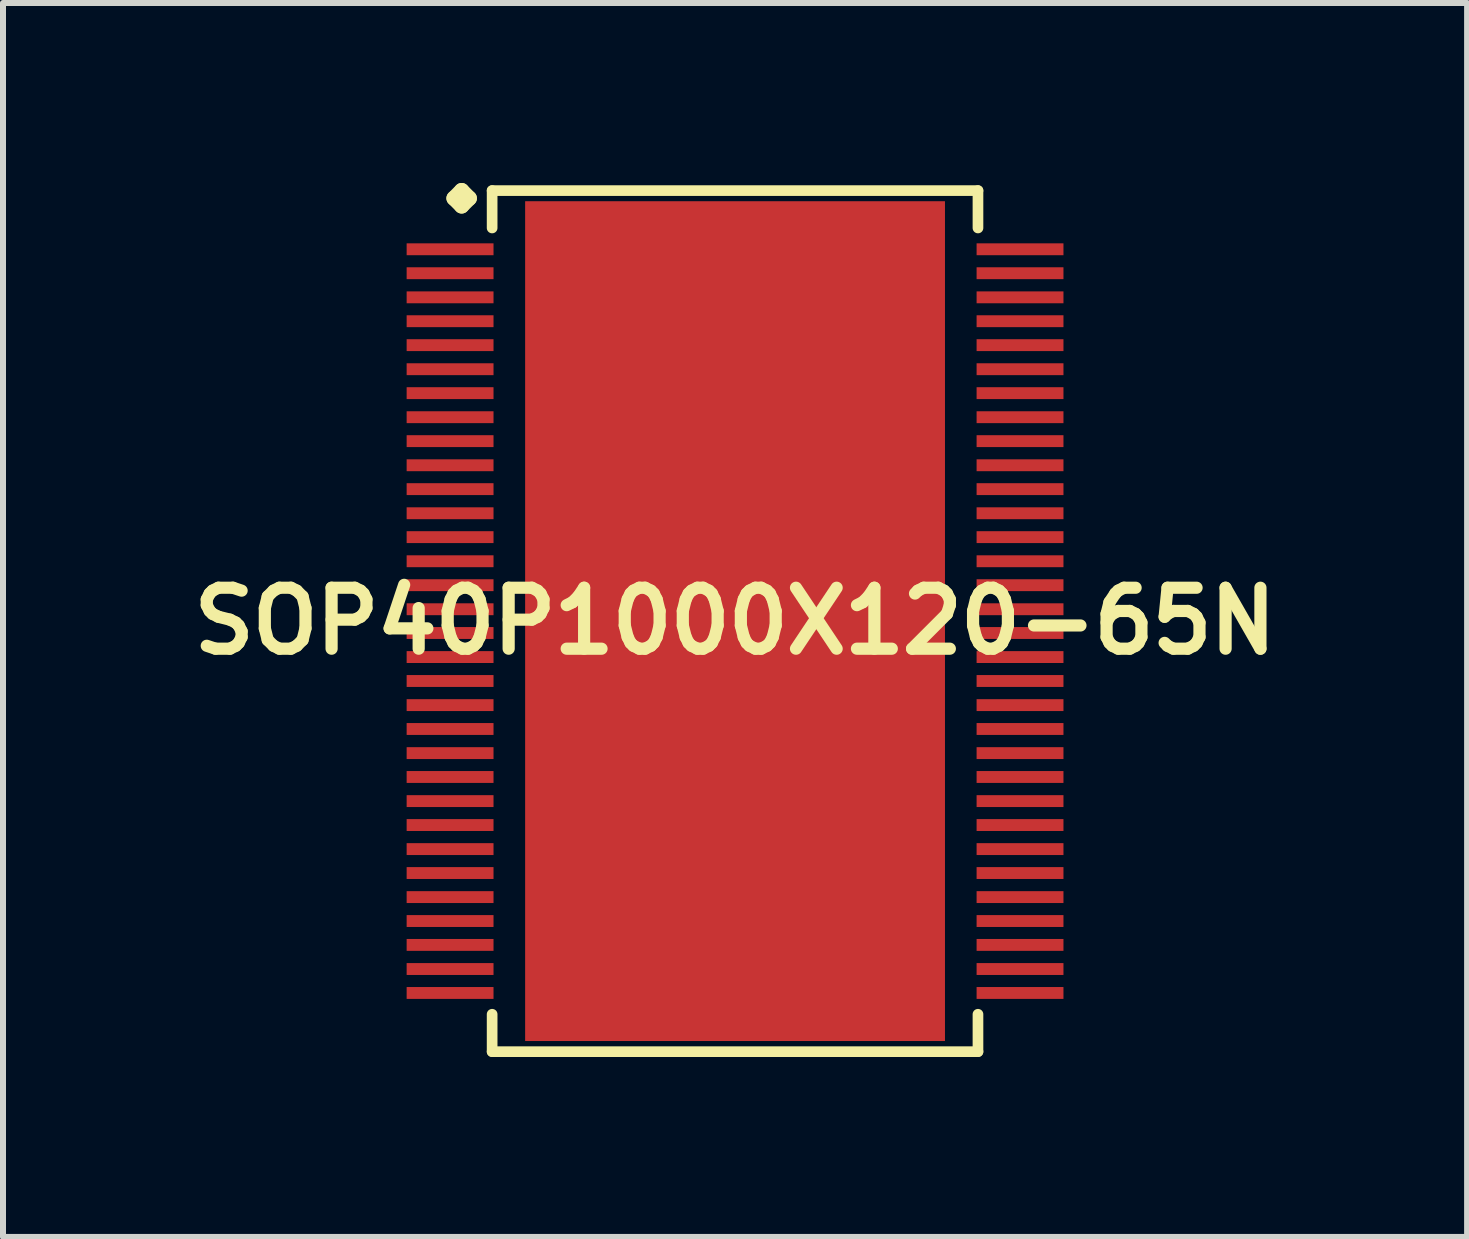
<source format=kicad_pcb>
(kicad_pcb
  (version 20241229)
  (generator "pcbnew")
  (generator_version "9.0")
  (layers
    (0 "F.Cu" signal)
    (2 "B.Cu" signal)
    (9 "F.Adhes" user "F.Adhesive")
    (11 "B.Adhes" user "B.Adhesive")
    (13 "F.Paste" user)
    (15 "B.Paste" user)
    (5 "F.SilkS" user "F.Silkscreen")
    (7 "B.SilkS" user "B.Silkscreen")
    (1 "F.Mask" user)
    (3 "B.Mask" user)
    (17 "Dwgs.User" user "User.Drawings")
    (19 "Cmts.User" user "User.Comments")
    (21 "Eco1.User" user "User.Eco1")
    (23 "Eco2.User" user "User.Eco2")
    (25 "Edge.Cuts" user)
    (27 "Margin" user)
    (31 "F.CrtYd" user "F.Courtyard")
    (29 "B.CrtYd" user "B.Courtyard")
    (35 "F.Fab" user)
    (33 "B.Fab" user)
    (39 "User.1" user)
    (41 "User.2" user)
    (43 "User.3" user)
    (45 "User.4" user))
  (footprint "SOP40P1000X120-65N"
    (layer "F.Cu")
    (at 9.202 7.303)
    (property "Reference" "SOP40P1000X120-65N" (at 0 0 0) (layer "F.SilkS") (effects (font (size 1.016 1.016) (thickness 0.203))))
    (attr smd)
    (fp_line (start -4.684 -7.048) (end -4.557 -7.176) (stroke (width 0.254) (type solid)) (layer "F.SilkS"))
    (fp_line (start -4.557 -7.176) (end -4.43 -7.048) (stroke (width 0.254) (type solid)) (layer "F.SilkS"))
    (fp_line (start -4.557 -6.921) (end -4.684 -7.048) (stroke (width 0.254) (type solid)) (layer "F.SilkS"))
    (fp_line (start -4.43 -7.048) (end -4.557 -6.921) (stroke (width 0.254) (type solid)) (layer "F.SilkS"))
    (fp_line (start -4.049 -7.176) (end 4.049 -7.176) (stroke (width 0.178) (type solid)) (layer "F.SilkS"))
    (fp_line (start -4.049 -6.553) (end -4.049 -7.176) (stroke (width 0.178) (type solid)) (layer "F.SilkS"))
    (fp_line (start -4.049 6.553) (end -4.049 7.176) (stroke (width 0.178) (type solid)) (layer "F.SilkS"))
    (fp_line (start -4.049 7.176) (end 4.049 7.176) (stroke (width 0.178) (type solid)) (layer "F.SilkS"))
    (fp_line (start 4.049 -7.176) (end 4.049 -6.553) (stroke (width 0.178) (type solid)) (layer "F.SilkS"))
    (fp_line (start 4.049 7.176) (end 4.049 6.553) (stroke (width 0.178) (type solid)) (layer "F.SilkS"))
    (pad "1" smd rect (at -4.75 -6.198) (size 1.448 0.198) (layers "F.Cu" "F.Mask" "F.Paste"))
    (pad "2" smd rect (at -4.75 -5.799) (size 1.448 0.198) (layers "F.Cu" "F.Mask" "F.Paste"))
    (pad "3" smd rect (at -4.75 -5.397) (size 1.448 0.198) (layers "F.Cu" "F.Mask" "F.Paste"))
    (pad "4" smd rect (at -4.75 -4.999) (size 1.448 0.198) (layers "F.Cu" "F.Mask" "F.Paste"))
    (pad "5" smd rect (at -4.75 -4.6) (size 1.448 0.198) (layers "F.Cu" "F.Mask" "F.Paste"))
    (pad "6" smd rect (at -4.75 -4.199) (size 1.448 0.198) (layers "F.Cu" "F.Mask" "F.Paste"))
    (pad "7" smd rect (at -4.75 -3.8) (size 1.448 0.198) (layers "F.Cu" "F.Mask" "F.Paste"))
    (pad "8" smd rect (at -4.75 -3.399) (size 1.448 0.198) (layers "F.Cu" "F.Mask" "F.Paste"))
    (pad "9" smd rect (at -4.75 -3) (size 1.448 0.198) (layers "F.Cu" "F.Mask" "F.Paste"))
    (pad "10" smd rect (at -4.75 -2.598) (size 1.448 0.198) (layers "F.Cu" "F.Mask" "F.Paste"))
    (pad "11" smd rect (at -4.75 -2.2) (size 1.448 0.198) (layers "F.Cu" "F.Mask" "F.Paste"))
    (pad "12" smd rect (at -4.75 -1.798) (size 1.448 0.198) (layers "F.Cu" "F.Mask" "F.Paste"))
    (pad "13" smd rect (at -4.75 -1.4) (size 1.448 0.198) (layers "F.Cu" "F.Mask" "F.Paste"))
    (pad "14" smd rect (at -4.75 -0.998) (size 1.448 0.198) (layers "F.Cu" "F.Mask" "F.Paste"))
    (pad "15" smd rect (at -4.75 -0.599) (size 1.448 0.198) (layers "F.Cu" "F.Mask" "F.Paste"))
    (pad "16" smd rect (at -4.75 -0.198) (size 1.448 0.198) (layers "F.Cu" "F.Mask" "F.Paste"))
    (pad "17" smd rect (at -4.75 0.198) (size 1.448 0.198) (layers "F.Cu" "F.Mask" "F.Paste"))
    (pad "18" smd rect (at -4.75 0.599) (size 1.448 0.198) (layers "F.Cu" "F.Mask" "F.Paste"))
    (pad "19" smd rect (at -4.75 0.998) (size 1.448 0.198) (layers "F.Cu" "F.Mask" "F.Paste"))
    (pad "20" smd rect (at -4.75 1.4) (size 1.448 0.198) (layers "F.Cu" "F.Mask" "F.Paste"))
    (pad "21" smd rect (at -4.75 1.798) (size 1.448 0.198) (layers "F.Cu" "F.Mask" "F.Paste"))
    (pad "22" smd rect (at -4.75 2.2) (size 1.448 0.198) (layers "F.Cu" "F.Mask" "F.Paste"))
    (pad "23" smd rect (at -4.75 2.598) (size 1.448 0.198) (layers "F.Cu" "F.Mask" "F.Paste"))
    (pad "24" smd rect (at -4.75 3) (size 1.448 0.198) (layers "F.Cu" "F.Mask" "F.Paste"))
    (pad "25" smd rect (at -4.75 3.399) (size 1.448 0.198) (layers "F.Cu" "F.Mask" "F.Paste"))
    (pad "26" smd rect (at -4.75 3.8) (size 1.448 0.198) (layers "F.Cu" "F.Mask" "F.Paste"))
    (pad "27" smd rect (at -4.75 4.199) (size 1.448 0.198) (layers "F.Cu" "F.Mask" "F.Paste"))
    (pad "28" smd rect (at -4.75 4.6) (size 1.448 0.198) (layers "F.Cu" "F.Mask" "F.Paste"))
    (pad "29" smd rect (at -4.75 4.999) (size 1.448 0.198) (layers "F.Cu" "F.Mask" "F.Paste"))
    (pad "30" smd rect (at -4.75 5.397) (size 1.448 0.198) (layers "F.Cu" "F.Mask" "F.Paste"))
    (pad "31" smd rect (at -4.75 5.799) (size 1.448 0.198) (layers "F.Cu" "F.Mask" "F.Paste"))
    (pad "32" smd rect (at -4.75 6.198) (size 1.448 0.198) (layers "F.Cu" "F.Mask" "F.Paste"))
    (pad "33" smd rect (at 4.75 6.198) (size 1.448 0.198) (layers "F.Cu" "F.Mask" "F.Paste"))
    (pad "34" smd rect (at 4.75 5.799) (size 1.448 0.198) (layers "F.Cu" "F.Mask" "F.Paste"))
    (pad "35" smd rect (at 4.75 5.397) (size 1.448 0.198) (layers "F.Cu" "F.Mask" "F.Paste"))
    (pad "36" smd rect (at 4.75 4.999) (size 1.448 0.198) (layers "F.Cu" "F.Mask" "F.Paste"))
    (pad "37" smd rect (at 4.75 4.6) (size 1.448 0.198) (layers "F.Cu" "F.Mask" "F.Paste"))
    (pad "38" smd rect (at 4.75 4.199) (size 1.448 0.198) (layers "F.Cu" "F.Mask" "F.Paste"))
    (pad "39" smd rect (at 4.75 3.8) (size 1.448 0.198) (layers "F.Cu" "F.Mask" "F.Paste"))
    (pad "40" smd rect (at 4.75 3.399) (size 1.448 0.198) (layers "F.Cu" "F.Mask" "F.Paste"))
    (pad "41" smd rect (at 4.75 3) (size 1.448 0.198) (layers "F.Cu" "F.Mask" "F.Paste"))
    (pad "42" smd rect (at 4.75 2.598) (size 1.448 0.198) (layers "F.Cu" "F.Mask" "F.Paste"))
    (pad "43" smd rect (at 4.75 2.2) (size 1.448 0.198) (layers "F.Cu" "F.Mask" "F.Paste"))
    (pad "44" smd rect (at 4.75 1.798) (size 1.448 0.198) (layers "F.Cu" "F.Mask" "F.Paste"))
    (pad "45" smd rect (at 4.75 1.4) (size 1.448 0.198) (layers "F.Cu" "F.Mask" "F.Paste"))
    (pad "46" smd rect (at 4.75 0.998) (size 1.448 0.198) (layers "F.Cu" "F.Mask" "F.Paste"))
    (pad "47" smd rect (at 4.75 0.599) (size 1.448 0.198) (layers "F.Cu" "F.Mask" "F.Paste"))
    (pad "48" smd rect (at 4.75 0.198) (size 1.448 0.198) (layers "F.Cu" "F.Mask" "F.Paste"))
    (pad "49" smd rect (at 4.75 -0.198) (size 1.448 0.198) (layers "F.Cu" "F.Mask" "F.Paste"))
    (pad "50" smd rect (at 4.75 -0.599) (size 1.448 0.198) (layers "F.Cu" "F.Mask" "F.Paste"))
    (pad "51" smd rect (at 4.75 -0.998) (size 1.448 0.198) (layers "F.Cu" "F.Mask" "F.Paste"))
    (pad "52" smd rect (at 4.75 -1.4) (size 1.448 0.198) (layers "F.Cu" "F.Mask" "F.Paste"))
    (pad "53" smd rect (at 4.75 -1.798) (size 1.448 0.198) (layers "F.Cu" "F.Mask" "F.Paste"))
    (pad "54" smd rect (at 4.75 -2.2) (size 1.448 0.198) (layers "F.Cu" "F.Mask" "F.Paste"))
    (pad "55" smd rect (at 4.75 -2.598) (size 1.448 0.198) (layers "F.Cu" "F.Mask" "F.Paste"))
    (pad "56" smd rect (at 4.75 -3) (size 1.448 0.198) (layers "F.Cu" "F.Mask" "F.Paste"))
    (pad "57" smd rect (at 4.75 -3.399) (size 1.448 0.198) (layers "F.Cu" "F.Mask" "F.Paste"))
    (pad "58" smd rect (at 4.75 -3.8) (size 1.448 0.198) (layers "F.Cu" "F.Mask" "F.Paste"))
    (pad "59" smd rect (at 4.75 -4.199) (size 1.448 0.198) (layers "F.Cu" "F.Mask" "F.Paste"))
    (pad "60" smd rect (at 4.75 -4.6) (size 1.448 0.198) (layers "F.Cu" "F.Mask" "F.Paste"))
    (pad "61" smd rect (at 4.75 -4.999) (size 1.448 0.198) (layers "F.Cu" "F.Mask" "F.Paste"))
    (pad "62" smd rect (at 4.75 -5.397) (size 1.448 0.198) (layers "F.Cu" "F.Mask" "F.Paste"))
    (pad "63" smd rect (at 4.75 -5.799) (size 1.448 0.198) (layers "F.Cu" "F.Mask" "F.Paste"))
    (pad "64" smd rect (at 4.75 -6.198) (size 1.448 0.198) (layers "F.Cu" "F.Mask" "F.Paste"))
    (pad "65" smd rect (at 0 0) (size 6.998 13.998) (layers "F.Cu" "F.Mask" "F.Paste")))
  (gr_rect
    (start -3 -3)
    (end 21.404 17.567)
    (stroke (width 0.1) (type default))
    (fill no)
    (layer "Edge.Cuts")))
</source>
